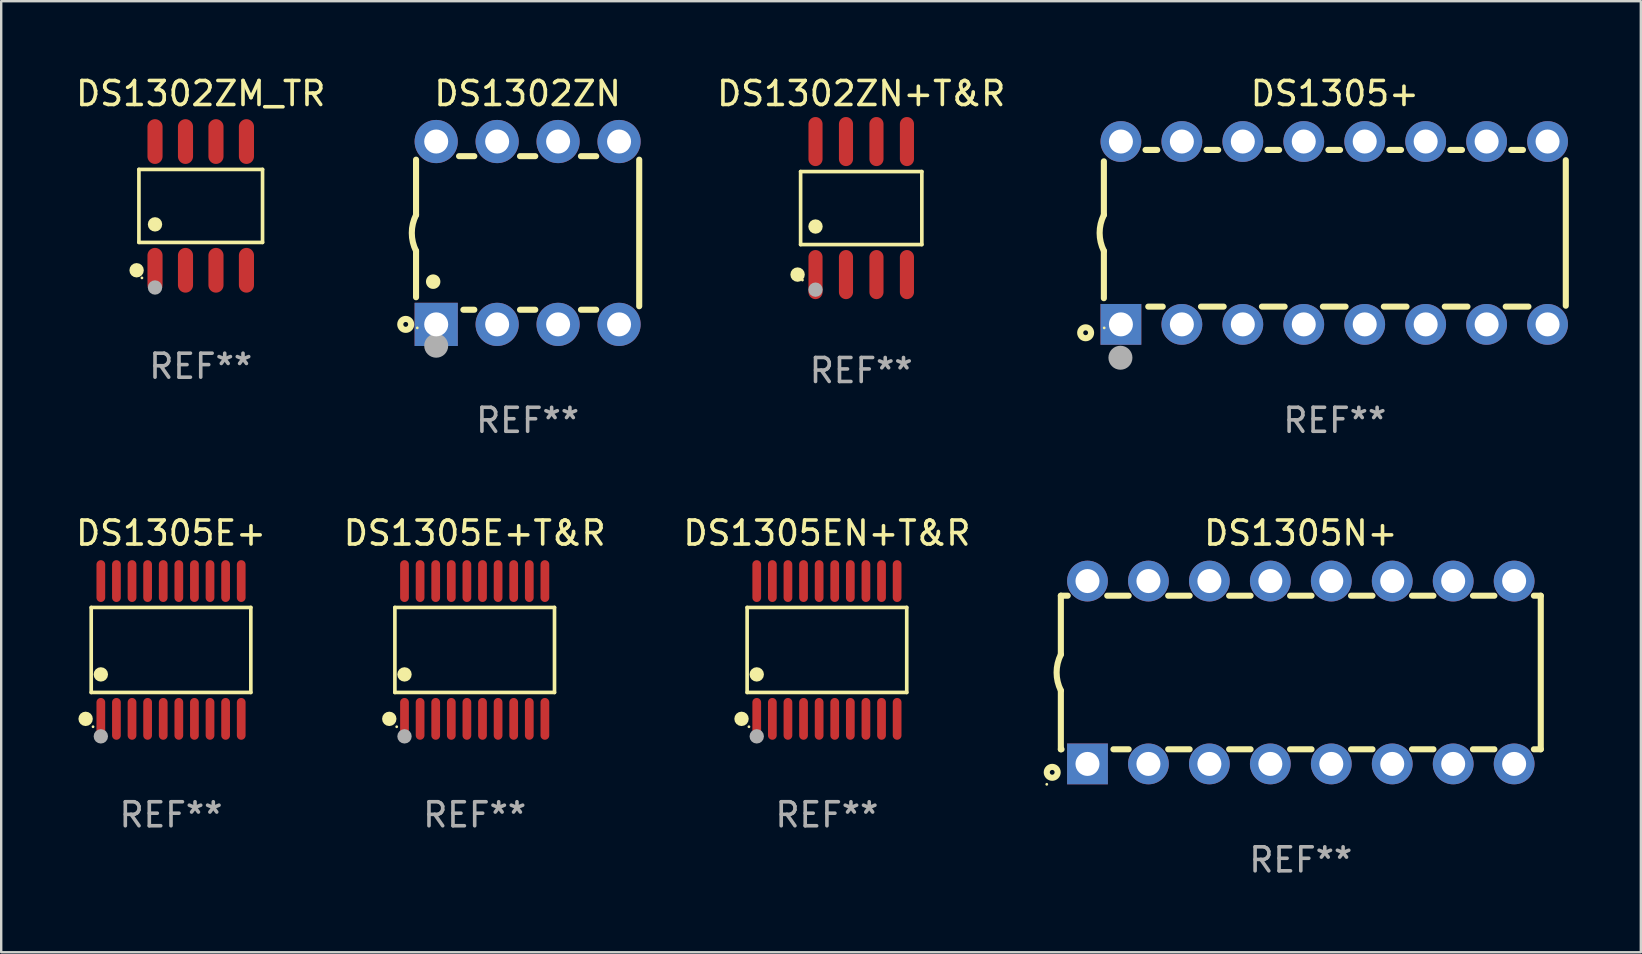
<source format=kicad_pcb>
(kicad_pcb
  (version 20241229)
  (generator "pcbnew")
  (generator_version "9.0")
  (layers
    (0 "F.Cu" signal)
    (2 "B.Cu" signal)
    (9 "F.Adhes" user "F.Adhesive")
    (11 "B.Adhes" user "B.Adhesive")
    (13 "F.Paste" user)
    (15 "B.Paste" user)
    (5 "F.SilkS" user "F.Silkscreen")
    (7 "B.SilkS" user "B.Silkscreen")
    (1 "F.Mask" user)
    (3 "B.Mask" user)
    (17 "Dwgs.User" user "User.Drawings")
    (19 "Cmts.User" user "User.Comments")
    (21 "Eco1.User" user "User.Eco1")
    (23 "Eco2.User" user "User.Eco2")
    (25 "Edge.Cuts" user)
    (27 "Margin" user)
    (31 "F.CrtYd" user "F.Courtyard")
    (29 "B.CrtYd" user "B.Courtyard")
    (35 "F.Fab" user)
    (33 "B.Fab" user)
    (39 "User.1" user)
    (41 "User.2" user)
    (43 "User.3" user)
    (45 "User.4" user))
  (footprint "DS1302ZN+T&R"
    (layer "F.Cu")
    (at 32.84 5.621)
    (property "Reference" "DS1302ZN+T&R" (at 0 -4.772 0) (layer "F.SilkS") (effects (font (size 1 1) (thickness 0.15))))
    (attr through_hole)
    (fp_line (start -2.526 -1.521) (end 2.526 -1.521) (stroke (width 0.152) (type solid)) (layer "F.SilkS"))
    (fp_line (start -2.526 1.521) (end -2.526 -1.521) (stroke (width 0.152) (type solid)) (layer "F.SilkS"))
    (fp_line (start 2.526 -1.521) (end 2.526 1.521) (stroke (width 0.152) (type solid)) (layer "F.SilkS"))
    (fp_line (start 2.526 1.521) (end -2.526 1.521) (stroke (width 0.152) (type solid)) (layer "F.SilkS"))
    (fp_circle (center -2.652 2.772) (end -2.501 2.772) (stroke (width 0.3) (type solid)) (fill no) (layer "F.SilkS"))
    (fp_circle (center -2.45 3) (end -2.42 3) (stroke (width 0.06) (type solid)) (fill no) (layer "F.SilkS"))
    (fp_circle (center -1.905 0.769) (end -1.755 0.769) (stroke (width 0.3) (type solid)) (fill no) (layer "F.SilkS"))
    (fp_circle (center -1.905 3.4) (end -1.755 3.4) (stroke (width 0.3) (type solid)) (fill no) (layer "F.Fab"))
    (fp_text user "REF**" (at 0 6.772 0) (layer "F.Fab") (effects (font (size 1 1) (thickness 0.15))))
    (pad "1" smd oval (at -1.905 2.772) (size 0.588 2.045) (layers "F.Cu" "F.Mask" "F.Paste"))
    (pad "2" smd oval (at -0.635 2.772) (size 0.588 2.045) (layers "F.Cu" "F.Mask" "F.Paste"))
    (pad "3" smd oval (at 0.635 2.772) (size 0.588 2.045) (layers "F.Cu" "F.Mask" "F.Paste"))
    (pad "4" smd oval (at 1.905 2.772) (size 0.588 2.045) (layers "F.Cu" "F.Mask" "F.Paste"))
    (pad "5" smd oval (at 1.905 -2.772) (size 0.588 2.045) (layers "F.Cu" "F.Mask" "F.Paste"))
    (pad "6" smd oval (at 0.635 -2.772) (size 0.588 2.045) (layers "F.Cu" "F.Mask" "F.Paste"))
    (pad "7" smd oval (at -0.635 -2.772) (size 0.588 2.045) (layers "F.Cu" "F.Mask" "F.Paste"))
    (pad "8" smd oval (at -1.905 -2.772) (size 0.588 2.045) (layers "F.Cu" "F.Mask" "F.Paste")))
  (footprint "DS1305N+"
    (layer "F.Cu")
    (at 51.159 24.975)
    (property "Reference" "DS1305N+" (at 0 -5.81 0) (layer "F.SilkS") (effects (font (size 1 1) (thickness 0.15))))
    (attr through_hole)
    (fp_line (start -10 -3.2) (end -10 -0.75) (stroke (width 0.254) (type solid)) (layer "F.SilkS"))
    (fp_line (start -10 -3.2) (end -9.713 -3.2) (stroke (width 0.254) (type solid)) (layer "F.SilkS"))
    (fp_line (start -10 3.2) (end -10 0.75) (stroke (width 0.254) (type solid)) (layer "F.SilkS"))
    (fp_line (start -10 3.2) (end -9.971 3.2) (stroke (width 0.254) (type solid)) (layer "F.SilkS"))
    (fp_line (start -8.067 -3.2) (end -7.173 -3.2) (stroke (width 0.254) (type solid)) (layer "F.SilkS"))
    (fp_line (start -7.809 3.2) (end -7.173 3.2) (stroke (width 0.254) (type solid)) (layer "F.SilkS"))
    (fp_line (start -5.527 3.2) (end -4.633 3.2) (stroke (width 0.254) (type solid)) (layer "F.SilkS"))
    (fp_line (start -5.527 -3.2) (end -4.633 -3.2) (stroke (width 0.254) (type solid)) (layer "F.SilkS"))
    (fp_line (start -2.987 3.2) (end -2.093 3.2) (stroke (width 0.254) (type solid)) (layer "F.SilkS"))
    (fp_line (start -2.987 -3.2) (end -2.093 -3.2) (stroke (width 0.254) (type solid)) (layer "F.SilkS"))
    (fp_line (start -0.447 3.2) (end 0.447 3.2) (stroke (width 0.254) (type solid)) (layer "F.SilkS"))
    (fp_line (start -0.447 -3.2) (end 0.447 -3.2) (stroke (width 0.254) (type solid)) (layer "F.SilkS"))
    (fp_line (start 2.093 3.2) (end 2.987 3.2) (stroke (width 0.254) (type solid)) (layer "F.SilkS"))
    (fp_line (start 2.093 -3.2) (end 2.987 -3.2) (stroke (width 0.254) (type solid)) (layer "F.SilkS"))
    (fp_line (start 4.633 3.2) (end 5.527 3.2) (stroke (width 0.254) (type solid)) (layer "F.SilkS"))
    (fp_line (start 4.633 -3.2) (end 5.527 -3.2) (stroke (width 0.254) (type solid)) (layer "F.SilkS"))
    (fp_line (start 7.173 3.2) (end 8.067 3.2) (stroke (width 0.254) (type solid)) (layer "F.SilkS"))
    (fp_line (start 7.173 -3.2) (end 8.067 -3.2) (stroke (width 0.254) (type solid)) (layer "F.SilkS"))
    (fp_line (start 9.713 3.2) (end 10 3.2) (stroke (width 0.254) (type solid)) (layer "F.SilkS"))
    (fp_line (start 9.713 -3.2) (end 10 -3.2) (stroke (width 0.254) (type solid)) (layer "F.SilkS"))
    (fp_line (start 10 -3.2) (end 10 3.2) (stroke (width 0.254) (type solid)) (layer "F.SilkS"))
    (fp_arc (start -10 0.748793) (mid -10.176918 -0.000607) (end -10.000025 -0.750013) (stroke (width 0.254001) (type solid)) (layer "F.SilkS"))
    (fp_circle (center -10.587 4.66) (end -10.557 4.66) (stroke (width 0.06) (type solid)) (fill no) (layer "F.SilkS"))
    (fp_circle (center -10.36 4.16) (end -10.26 4.16) (stroke (width 0.254) (type solid)) (fill no) (layer "F.SilkS"))
    (fp_text user "REF**" (at 0 7.81 0) (layer "F.Fab") (effects (font (size 1 1) (thickness 0.15))))
    (pad "1" thru_hole rect (at -8.89 3.81 90) (size 1.7 1.7) (drill 1) (layers "*.Cu" "*.Mask"))
    (pad "2" thru_hole circle (at -6.35 3.81) (size 1.7 1.7) (drill 1) (layers "*.Cu" "*.Mask"))
    (pad "3" thru_hole circle (at -3.81 3.81) (size 1.7 1.7) (drill 1) (layers "*.Cu" "*.Mask"))
    (pad "4" thru_hole circle (at -1.27 3.81) (size 1.7 1.7) (drill 1) (layers "*.Cu" "*.Mask"))
    (pad "5" thru_hole circle (at 1.27 3.81) (size 1.7 1.7) (drill 1) (layers "*.Cu" "*.Mask"))
    (pad "6" thru_hole circle (at 3.81 3.81) (size 1.7 1.7) (drill 1) (layers "*.Cu" "*.Mask"))
    (pad "7" thru_hole circle (at 6.35 3.81) (size 1.7 1.7) (drill 1) (layers "*.Cu" "*.Mask"))
    (pad "8" thru_hole circle (at 8.89 3.81) (size 1.7 1.7) (drill 1) (layers "*.Cu" "*.Mask"))
    (pad "9" thru_hole circle (at 8.89 -3.81) (size 1.7 1.7) (drill 1) (layers "*.Cu" "*.Mask"))
    (pad "10" thru_hole circle (at 6.35 -3.81) (size 1.7 1.7) (drill 1) (layers "*.Cu" "*.Mask"))
    (pad "11" thru_hole circle (at 3.81 -3.81) (size 1.7 1.7) (drill 1) (layers "*.Cu" "*.Mask"))
    (pad "12" thru_hole circle (at 1.27 -3.81) (size 1.7 1.7) (drill 1) (layers "*.Cu" "*.Mask"))
    (pad "13" thru_hole circle (at -1.27 -3.81) (size 1.7 1.7) (drill 1) (layers "*.Cu" "*.Mask"))
    (pad "14" thru_hole circle (at -3.81 -3.81) (size 1.7 1.7) (drill 1) (layers "*.Cu" "*.Mask"))
    (pad "15" thru_hole circle (at -6.35 -3.81) (size 1.7 1.7) (drill 1) (layers "*.Cu" "*.Mask"))
    (pad "16" thru_hole circle (at -8.89 -3.81) (size 1.7 1.7) (drill 1) (layers "*.Cu" "*.Mask")))
  (footprint "DS1305EN+T&R"
    (layer "F.Cu")
    (at 31.411 24.036)
    (property "Reference" "DS1305EN+T&R" (at 0 -4.871 0) (layer "F.SilkS") (effects (font (size 1 1) (thickness 0.15))))
    (attr through_hole)
    (fp_line (start -3.326 -1.771) (end 3.326 -1.771) (stroke (width 0.152) (type solid)) (layer "F.SilkS"))
    (fp_line (start -3.326 1.771) (end -3.326 -1.771) (stroke (width 0.152) (type solid)) (layer "F.SilkS"))
    (fp_line (start 3.326 -1.771) (end 3.326 1.771) (stroke (width 0.152) (type solid)) (layer "F.SilkS"))
    (fp_line (start 3.326 1.771) (end -3.326 1.771) (stroke (width 0.152) (type solid)) (layer "F.SilkS"))
    (fp_circle (center -3.559 2.871) (end -3.409 2.871) (stroke (width 0.3) (type solid)) (fill no) (layer "F.SilkS"))
    (fp_circle (center -3.25 3.2) (end -3.22 3.2) (stroke (width 0.06) (type solid)) (fill no) (layer "F.SilkS"))
    (fp_circle (center -2.925 1.019) (end -2.775 1.019) (stroke (width 0.3) (type solid)) (fill no) (layer "F.SilkS"))
    (fp_circle (center -2.925 3.6) (end -2.775 3.6) (stroke (width 0.3) (type solid)) (fill no) (layer "F.Fab"))
    (fp_text user "REF**" (at 0 6.871 0) (layer "F.Fab") (effects (font (size 1 1) (thickness 0.15))))
    (pad "1" smd oval (at -2.925 2.871) (size 0.364 1.742) (layers "F.Cu" "F.Mask" "F.Paste"))
    (pad "2" smd oval (at -2.275 2.871) (size 0.364 1.742) (layers "F.Cu" "F.Mask" "F.Paste"))
    (pad "3" smd oval (at -1.625 2.871) (size 0.364 1.742) (layers "F.Cu" "F.Mask" "F.Paste"))
    (pad "4" smd oval (at -0.975 2.871) (size 0.364 1.742) (layers "F.Cu" "F.Mask" "F.Paste"))
    (pad "5" smd oval (at -0.325 2.871) (size 0.364 1.742) (layers "F.Cu" "F.Mask" "F.Paste"))
    (pad "6" smd oval (at 0.325 2.871) (size 0.364 1.742) (layers "F.Cu" "F.Mask" "F.Paste"))
    (pad "7" smd oval (at 0.975 2.871) (size 0.364 1.742) (layers "F.Cu" "F.Mask" "F.Paste"))
    (pad "8" smd oval (at 1.625 2.871) (size 0.364 1.742) (layers "F.Cu" "F.Mask" "F.Paste"))
    (pad "9" smd oval (at 2.275 2.871) (size 0.364 1.742) (layers "F.Cu" "F.Mask" "F.Paste"))
    (pad "10" smd oval (at 2.925 2.871) (size 0.364 1.742) (layers "F.Cu" "F.Mask" "F.Paste"))
    (pad "11" smd oval (at 2.925 -2.871) (size 0.364 1.742) (layers "F.Cu" "F.Mask" "F.Paste"))
    (pad "12" smd oval (at 2.275 -2.871) (size 0.364 1.742) (layers "F.Cu" "F.Mask" "F.Paste"))
    (pad "13" smd oval (at 1.625 -2.871) (size 0.364 1.742) (layers "F.Cu" "F.Mask" "F.Paste"))
    (pad "14" smd oval (at 0.975 -2.871) (size 0.364 1.742) (layers "F.Cu" "F.Mask" "F.Paste"))
    (pad "15" smd oval (at 0.325 -2.871) (size 0.364 1.742) (layers "F.Cu" "F.Mask" "F.Paste"))
    (pad "16" smd oval (at -0.325 -2.871) (size 0.364 1.742) (layers "F.Cu" "F.Mask" "F.Paste"))
    (pad "17" smd oval (at -0.975 -2.871) (size 0.364 1.742) (layers "F.Cu" "F.Mask" "F.Paste"))
    (pad "18" smd oval (at -1.625 -2.871) (size 0.364 1.742) (layers "F.Cu" "F.Mask" "F.Paste"))
    (pad "19" smd oval (at -2.275 -2.871) (size 0.364 1.742) (layers "F.Cu" "F.Mask" "F.Paste"))
    (pad "20" smd oval (at -2.925 -2.871) (size 0.364 1.742) (layers "F.Cu" "F.Mask" "F.Paste")))
  (footprint "DS1305E+"
    (layer "F.Cu")
    (at 4.077 24.036)
    (property "Reference" "DS1305E+" (at 0 -4.871 0) (layer "F.SilkS") (effects (font (size 1 1) (thickness 0.15))))
    (attr through_hole)
    (fp_line (start -3.326 -1.771) (end 3.326 -1.771) (stroke (width 0.152) (type solid)) (layer "F.SilkS"))
    (fp_line (start -3.326 1.771) (end -3.326 -1.771) (stroke (width 0.152) (type solid)) (layer "F.SilkS"))
    (fp_line (start 3.326 -1.771) (end 3.326 1.771) (stroke (width 0.152) (type solid)) (layer "F.SilkS"))
    (fp_line (start 3.326 1.771) (end -3.326 1.771) (stroke (width 0.152) (type solid)) (layer "F.SilkS"))
    (fp_circle (center -3.559 2.871) (end -3.409 2.871) (stroke (width 0.3) (type solid)) (fill no) (layer "F.SilkS"))
    (fp_circle (center -3.25 3.2) (end -3.22 3.2) (stroke (width 0.06) (type solid)) (fill no) (layer "F.SilkS"))
    (fp_circle (center -2.925 1.019) (end -2.775 1.019) (stroke (width 0.3) (type solid)) (fill no) (layer "F.SilkS"))
    (fp_circle (center -2.925 3.6) (end -2.775 3.6) (stroke (width 0.3) (type solid)) (fill no) (layer "F.Fab"))
    (fp_text user "REF**" (at 0 6.871 0) (layer "F.Fab") (effects (font (size 1 1) (thickness 0.15))))
    (pad "1" smd oval (at -2.925 2.871) (size 0.364 1.742) (layers "F.Cu" "F.Mask" "F.Paste"))
    (pad "2" smd oval (at -2.275 2.871) (size 0.364 1.742) (layers "F.Cu" "F.Mask" "F.Paste"))
    (pad "3" smd oval (at -1.625 2.871) (size 0.364 1.742) (layers "F.Cu" "F.Mask" "F.Paste"))
    (pad "4" smd oval (at -0.975 2.871) (size 0.364 1.742) (layers "F.Cu" "F.Mask" "F.Paste"))
    (pad "5" smd oval (at -0.325 2.871) (size 0.364 1.742) (layers "F.Cu" "F.Mask" "F.Paste"))
    (pad "6" smd oval (at 0.325 2.871) (size 0.364 1.742) (layers "F.Cu" "F.Mask" "F.Paste"))
    (pad "7" smd oval (at 0.975 2.871) (size 0.364 1.742) (layers "F.Cu" "F.Mask" "F.Paste"))
    (pad "8" smd oval (at 1.625 2.871) (size 0.364 1.742) (layers "F.Cu" "F.Mask" "F.Paste"))
    (pad "9" smd oval (at 2.275 2.871) (size 0.364 1.742) (layers "F.Cu" "F.Mask" "F.Paste"))
    (pad "10" smd oval (at 2.925 2.871) (size 0.364 1.742) (layers "F.Cu" "F.Mask" "F.Paste"))
    (pad "11" smd oval (at 2.925 -2.871) (size 0.364 1.742) (layers "F.Cu" "F.Mask" "F.Paste"))
    (pad "12" smd oval (at 2.275 -2.871) (size 0.364 1.742) (layers "F.Cu" "F.Mask" "F.Paste"))
    (pad "13" smd oval (at 1.625 -2.871) (size 0.364 1.742) (layers "F.Cu" "F.Mask" "F.Paste"))
    (pad "14" smd oval (at 0.975 -2.871) (size 0.364 1.742) (layers "F.Cu" "F.Mask" "F.Paste"))
    (pad "15" smd oval (at 0.325 -2.871) (size 0.364 1.742) (layers "F.Cu" "F.Mask" "F.Paste"))
    (pad "16" smd oval (at -0.325 -2.871) (size 0.364 1.742) (layers "F.Cu" "F.Mask" "F.Paste"))
    (pad "17" smd oval (at -0.975 -2.871) (size 0.364 1.742) (layers "F.Cu" "F.Mask" "F.Paste"))
    (pad "18" smd oval (at -1.625 -2.871) (size 0.364 1.742) (layers "F.Cu" "F.Mask" "F.Paste"))
    (pad "19" smd oval (at -2.275 -2.871) (size 0.364 1.742) (layers "F.Cu" "F.Mask" "F.Paste"))
    (pad "20" smd oval (at -2.925 -2.871) (size 0.364 1.742) (layers "F.Cu" "F.Mask" "F.Paste")))
  (footprint "DS1305E+T&R"
    (layer "F.Cu")
    (at 16.732 24.036)
    (property "Reference" "DS1305E+T&R" (at 0 -4.871 0) (layer "F.SilkS") (effects (font (size 1 1) (thickness 0.15))))
    (attr through_hole)
    (fp_line (start -3.326 -1.771) (end 3.326 -1.771) (stroke (width 0.152) (type solid)) (layer "F.SilkS"))
    (fp_line (start -3.326 1.771) (end -3.326 -1.771) (stroke (width 0.152) (type solid)) (layer "F.SilkS"))
    (fp_line (start 3.326 -1.771) (end 3.326 1.771) (stroke (width 0.152) (type solid)) (layer "F.SilkS"))
    (fp_line (start 3.326 1.771) (end -3.326 1.771) (stroke (width 0.152) (type solid)) (layer "F.SilkS"))
    (fp_circle (center -3.559 2.871) (end -3.409 2.871) (stroke (width 0.3) (type solid)) (fill no) (layer "F.SilkS"))
    (fp_circle (center -3.25 3.2) (end -3.22 3.2) (stroke (width 0.06) (type solid)) (fill no) (layer "F.SilkS"))
    (fp_circle (center -2.925 1.019) (end -2.775 1.019) (stroke (width 0.3) (type solid)) (fill no) (layer "F.SilkS"))
    (fp_circle (center -2.925 3.6) (end -2.775 3.6) (stroke (width 0.3) (type solid)) (fill no) (layer "F.Fab"))
    (fp_text user "REF**" (at 0 6.871 0) (layer "F.Fab") (effects (font (size 1 1) (thickness 0.15))))
    (pad "1" smd oval (at -2.925 2.871) (size 0.364 1.742) (layers "F.Cu" "F.Mask" "F.Paste"))
    (pad "2" smd oval (at -2.275 2.871) (size 0.364 1.742) (layers "F.Cu" "F.Mask" "F.Paste"))
    (pad "3" smd oval (at -1.625 2.871) (size 0.364 1.742) (layers "F.Cu" "F.Mask" "F.Paste"))
    (pad "4" smd oval (at -0.975 2.871) (size 0.364 1.742) (layers "F.Cu" "F.Mask" "F.Paste"))
    (pad "5" smd oval (at -0.325 2.871) (size 0.364 1.742) (layers "F.Cu" "F.Mask" "F.Paste"))
    (pad "6" smd oval (at 0.325 2.871) (size 0.364 1.742) (layers "F.Cu" "F.Mask" "F.Paste"))
    (pad "7" smd oval (at 0.975 2.871) (size 0.364 1.742) (layers "F.Cu" "F.Mask" "F.Paste"))
    (pad "8" smd oval (at 1.625 2.871) (size 0.364 1.742) (layers "F.Cu" "F.Mask" "F.Paste"))
    (pad "9" smd oval (at 2.275 2.871) (size 0.364 1.742) (layers "F.Cu" "F.Mask" "F.Paste"))
    (pad "10" smd oval (at 2.925 2.871) (size 0.364 1.742) (layers "F.Cu" "F.Mask" "F.Paste"))
    (pad "11" smd oval (at 2.925 -2.871) (size 0.364 1.742) (layers "F.Cu" "F.Mask" "F.Paste"))
    (pad "12" smd oval (at 2.275 -2.871) (size 0.364 1.742) (layers "F.Cu" "F.Mask" "F.Paste"))
    (pad "13" smd oval (at 1.625 -2.871) (size 0.364 1.742) (layers "F.Cu" "F.Mask" "F.Paste"))
    (pad "14" smd oval (at 0.975 -2.871) (size 0.364 1.742) (layers "F.Cu" "F.Mask" "F.Paste"))
    (pad "15" smd oval (at 0.325 -2.871) (size 0.364 1.742) (layers "F.Cu" "F.Mask" "F.Paste"))
    (pad "16" smd oval (at -0.325 -2.871) (size 0.364 1.742) (layers "F.Cu" "F.Mask" "F.Paste"))
    (pad "17" smd oval (at -0.975 -2.871) (size 0.364 1.742) (layers "F.Cu" "F.Mask" "F.Paste"))
    (pad "18" smd oval (at -1.625 -2.871) (size 0.364 1.742) (layers "F.Cu" "F.Mask" "F.Paste"))
    (pad "19" smd oval (at -2.275 -2.871) (size 0.364 1.742) (layers "F.Cu" "F.Mask" "F.Paste"))
    (pad "20" smd oval (at -2.925 -2.871) (size 0.364 1.742) (layers "F.Cu" "F.Mask" "F.Paste")))
  (footprint "DS1305+"
    (layer "F.Cu")
    (at 52.577 6.658)
    (property "Reference" "DS1305+" (at 0 -5.81 0) (layer "F.SilkS") (effects (font (size 1 1) (thickness 0.15))))
    (attr through_hole)
    (fp_line (start -9.625 -0.75) (end -9.625 -2.985) (stroke (width 0.254) (type solid)) (layer "F.SilkS"))
    (fp_line (start -9.625 0.749) (end -9.625 2.719) (stroke (width 0.254) (type solid)) (layer "F.SilkS"))
    (fp_line (start -7.889 -3.46) (end -7.401 -3.46) (stroke (width 0.254) (type solid)) (layer "F.SilkS"))
    (fp_line (start -7.775 3.07) (end -7.172 3.07) (stroke (width 0.254) (type solid)) (layer "F.SilkS"))
    (fp_line (start -5.578 3.07) (end -4.632 3.07) (stroke (width 0.254) (type solid)) (layer "F.SilkS"))
    (fp_line (start -5.349 -3.46) (end -4.861 -3.46) (stroke (width 0.254) (type solid)) (layer "F.SilkS"))
    (fp_line (start -3.038 3.07) (end -2.092 3.07) (stroke (width 0.254) (type solid)) (layer "F.SilkS"))
    (fp_line (start -2.809 -3.46) (end -2.321 -3.46) (stroke (width 0.254) (type solid)) (layer "F.SilkS"))
    (fp_line (start -0.498 3.07) (end 0.448 3.07) (stroke (width 0.254) (type solid)) (layer "F.SilkS"))
    (fp_line (start -0.269 -3.46) (end 0.219 -3.46) (stroke (width 0.254) (type solid)) (layer "F.SilkS"))
    (fp_line (start 2.042 3.07) (end 2.988 3.07) (stroke (width 0.254) (type solid)) (layer "F.SilkS"))
    (fp_line (start 2.271 -3.46) (end 2.759 -3.46) (stroke (width 0.254) (type solid)) (layer "F.SilkS"))
    (fp_line (start 4.582 3.07) (end 5.528 3.07) (stroke (width 0.254) (type solid)) (layer "F.SilkS"))
    (fp_line (start 4.811 -3.46) (end 5.299 -3.46) (stroke (width 0.254) (type solid)) (layer "F.SilkS"))
    (fp_line (start 7.122 3.07) (end 8.068 3.07) (stroke (width 0.254) (type solid)) (layer "F.SilkS"))
    (fp_line (start 7.351 -3.46) (end 7.839 -3.46) (stroke (width 0.254) (type solid)) (layer "F.SilkS"))
    (fp_line (start 9.625 3.032) (end 9.625 -3.032) (stroke (width 0.254) (type solid)) (layer "F.SilkS"))
    (fp_arc (start -9.62498 0.748819) (mid -9.801899 -0.000581) (end -9.625006 -0.749987) (stroke (width 0.254001) (type solid)) (layer "F.SilkS"))
    (fp_circle (center -10.385 4.16) (end -10.285 4.16) (stroke (width 0.254) (type solid)) (fill no) (layer "F.SilkS"))
    (fp_circle (center -9.612 3.957) (end -9.582 3.957) (stroke (width 0.06) (type solid)) (fill no) (layer "F.SilkS"))
    (fp_circle (center -8.935 5.2) (end -8.685 5.2) (stroke (width 0.5) (type solid)) (fill no) (layer "F.Fab"))
    (fp_text user "REF**" (at 0 7.81 0) (layer "F.Fab") (effects (font (size 1 1) (thickness 0.15))))
    (pad "1" thru_hole rect (at -8.915 3.81) (size 1.7 1.7) (drill 1) (layers "*.Cu" "*.Mask"))
    (pad "2" thru_hole circle (at -6.375 3.81) (size 1.7 1.7) (drill 1) (layers "*.Cu" "*.Mask"))
    (pad "3" thru_hole circle (at -3.835 3.81) (size 1.7 1.7) (drill 1) (layers "*.Cu" "*.Mask"))
    (pad "4" thru_hole circle (at -1.295 3.81) (size 1.7 1.7) (drill 1) (layers "*.Cu" "*.Mask"))
    (pad "5" thru_hole circle (at 1.245 3.81) (size 1.7 1.7) (drill 1) (layers "*.Cu" "*.Mask"))
    (pad "6" thru_hole circle (at 3.785 3.81) (size 1.7 1.7) (drill 1) (layers "*.Cu" "*.Mask"))
    (pad "7" thru_hole circle (at 6.325 3.81) (size 1.7 1.7) (drill 1) (layers "*.Cu" "*.Mask"))
    (pad "8" thru_hole circle (at 8.865 3.81) (size 1.7 1.7) (drill 1) (layers "*.Cu" "*.Mask"))
    (pad "9" thru_hole circle (at 8.865 -3.81) (size 1.7 1.7) (drill 1) (layers "*.Cu" "*.Mask"))
    (pad "10" thru_hole circle (at 6.325 -3.81) (size 1.7 1.7) (drill 1) (layers "*.Cu" "*.Mask"))
    (pad "11" thru_hole circle (at 3.785 -3.81) (size 1.7 1.7) (drill 1) (layers "*.Cu" "*.Mask"))
    (pad "12" thru_hole circle (at 1.245 -3.81) (size 1.7 1.7) (drill 1) (layers "*.Cu" "*.Mask"))
    (pad "13" thru_hole circle (at -1.295 -3.81) (size 1.7 1.7) (drill 1) (layers "*.Cu" "*.Mask"))
    (pad "14" thru_hole circle (at -3.835 -3.81) (size 1.7 1.7) (drill 1) (layers "*.Cu" "*.Mask"))
    (pad "15" thru_hole circle (at -6.375 -3.81) (size 1.7 1.7) (drill 1) (layers "*.Cu" "*.Mask"))
    (pad "16" thru_hole circle (at -8.915 -3.81) (size 1.7 1.7) (drill 1) (layers "*.Cu" "*.Mask")))
  (footprint "DS1302ZN"
    (layer "F.Cu")
    (at 18.938 6.658)
    (property "Reference" "DS1302ZN" (at 0 -5.81 0) (layer "F.SilkS") (effects (font (size 1 1) (thickness 0.15))))
    (attr through_hole)
    (fp_line (start -4.65 0.749) (end -4.65 2.679) (stroke (width 0.254) (type solid)) (layer "F.SilkS"))
    (fp_line (start -4.65 -0.75) (end -4.65 -3.054) (stroke (width 0.254) (type solid)) (layer "F.SilkS"))
    (fp_line (start -2.222 -3.2) (end -2.858 -3.2) (stroke (width 0.254) (type solid)) (layer "F.SilkS"))
    (fp_line (start -2.222 3.2) (end -2.678 3.2) (stroke (width 0.254) (type solid)) (layer "F.SilkS"))
    (fp_line (start 0.318 -3.2) (end -0.318 -3.2) (stroke (width 0.254) (type solid)) (layer "F.SilkS"))
    (fp_line (start 0.318 3.2) (end -0.318 3.2) (stroke (width 0.254) (type solid)) (layer "F.SilkS"))
    (fp_line (start 2.858 -3.2) (end 2.222 -3.2) (stroke (width 0.254) (type solid)) (layer "F.SilkS"))
    (fp_line (start 2.858 3.2) (end 2.222 3.2) (stroke (width 0.254) (type solid)) (layer "F.SilkS"))
    (fp_line (start 4.65 -3.054) (end 4.65 3.054) (stroke (width 0.254) (type solid)) (layer "F.SilkS"))
    (fp_arc (start -4.650381 0.74925) (mid -4.827099 -0.000494) (end -4.649644 -0.750064) (stroke (width 0.254001) (type solid)) (layer "F.SilkS"))
    (fp_arc (start -3.936538 2.032004) (mid -3.936549 2.029464) (end -3.936538 2.026924) (stroke (width 0.6) (type solid)) (layer "F.SilkS"))
    (fp_circle (center -5.08 3.81) (end -4.979 3.81) (stroke (width 0.254) (type solid)) (fill no) (layer "F.SilkS"))
    (fp_circle (center -4.6 3.956) (end -4.57 3.956) (stroke (width 0.06) (type solid)) (fill no) (layer "F.SilkS"))
    (fp_circle (center -3.81 4.699) (end -3.56 4.699) (stroke (width 0.5) (type solid)) (fill no) (layer "F.Fab"))
    (fp_text user "REF**" (at 0 7.81 0) (layer "F.Fab") (effects (font (size 1 1) (thickness 0.15))))
    (pad "1" thru_hole rect (at -3.81 3.81) (size 1.8 1.8) (drill 1) (layers "*.Cu" "*.Mask"))
    (pad "2" thru_hole circle (at -1.27 3.81) (size 1.8 1.8) (drill 1) (layers "*.Cu" "*.Mask"))
    (pad "3" thru_hole circle (at 1.27 3.81) (size 1.8 1.8) (drill 1) (layers "*.Cu" "*.Mask"))
    (pad "4" thru_hole circle (at 3.81 3.81) (size 1.8 1.8) (drill 1) (layers "*.Cu" "*.Mask"))
    (pad "5" thru_hole circle (at 3.81 -3.81) (size 1.8 1.8) (drill 1) (layers "*.Cu" "*.Mask"))
    (pad "6" thru_hole circle (at 1.27 -3.81) (size 1.8 1.8) (drill 1) (layers "*.Cu" "*.Mask"))
    (pad "7" thru_hole circle (at -1.27 -3.81) (size 1.8 1.8) (drill 1) (layers "*.Cu" "*.Mask"))
    (pad "8" thru_hole circle (at -3.81 -3.81) (size 1.8 1.8) (drill 1) (layers "*.Cu" "*.Mask")))
  (footprint "DS1302ZM_TR"
    (layer "F.Cu")
    (at 5.315 5.531)
    (property "Reference" "DS1302ZM_TR" (at 0 -4.682 0) (layer "F.SilkS") (effects (font (size 1 1) (thickness 0.15))))
    (attr through_hole)
    (fp_line (start -2.576 -1.521) (end 2.576 -1.521) (stroke (width 0.152) (type solid)) (layer "F.SilkS"))
    (fp_line (start -2.576 1.521) (end -2.576 -1.521) (stroke (width 0.152) (type solid)) (layer "F.SilkS"))
    (fp_line (start 2.576 -1.521) (end 2.576 1.521) (stroke (width 0.152) (type solid)) (layer "F.SilkS"))
    (fp_line (start 2.576 1.521) (end -2.576 1.521) (stroke (width 0.152) (type solid)) (layer "F.SilkS"))
    (fp_circle (center -2.672 2.682) (end -2.522 2.682) (stroke (width 0.3) (type solid)) (fill no) (layer "F.SilkS"))
    (fp_circle (center -2.45 3) (end -2.42 3) (stroke (width 0.06) (type solid)) (fill no) (layer "F.SilkS"))
    (fp_circle (center -1.905 0.769) (end -1.755 0.769) (stroke (width 0.3) (type solid)) (fill no) (layer "F.SilkS"))
    (fp_circle (center -1.905 3.4) (end -1.755 3.4) (stroke (width 0.3) (type solid)) (fill no) (layer "F.Fab"))
    (fp_text user "REF**" (at 0 6.682 0) (layer "F.Fab") (effects (font (size 1 1) (thickness 0.15))))
    (pad "1" smd oval (at -1.905 2.682) (size 0.63 1.865) (layers "F.Cu" "F.Mask" "F.Paste"))
    (pad "2" smd oval (at -0.635 2.682) (size 0.63 1.865) (layers "F.Cu" "F.Mask" "F.Paste"))
    (pad "3" smd oval (at 0.635 2.682) (size 0.63 1.865) (layers "F.Cu" "F.Mask" "F.Paste"))
    (pad "4" smd oval (at 1.905 2.682) (size 0.63 1.865) (layers "F.Cu" "F.Mask" "F.Paste"))
    (pad "5" smd oval (at 1.905 -2.682) (size 0.63 1.865) (layers "F.Cu" "F.Mask" "F.Paste"))
    (pad "6" smd oval (at 0.635 -2.682) (size 0.63 1.865) (layers "F.Cu" "F.Mask" "F.Paste"))
    (pad "7" smd oval (at -0.635 -2.682) (size 0.63 1.865) (layers "F.Cu" "F.Mask" "F.Paste"))
    (pad "8" smd oval (at -1.905 -2.682) (size 0.63 1.865) (layers "F.Cu" "F.Mask" "F.Paste")))
  (gr_rect
    (start -3 -3)
    (end 65.329 36.633)
    (stroke (width 0.1) (type default))
    (fill no)
    (layer "Edge.Cuts")))
</source>
